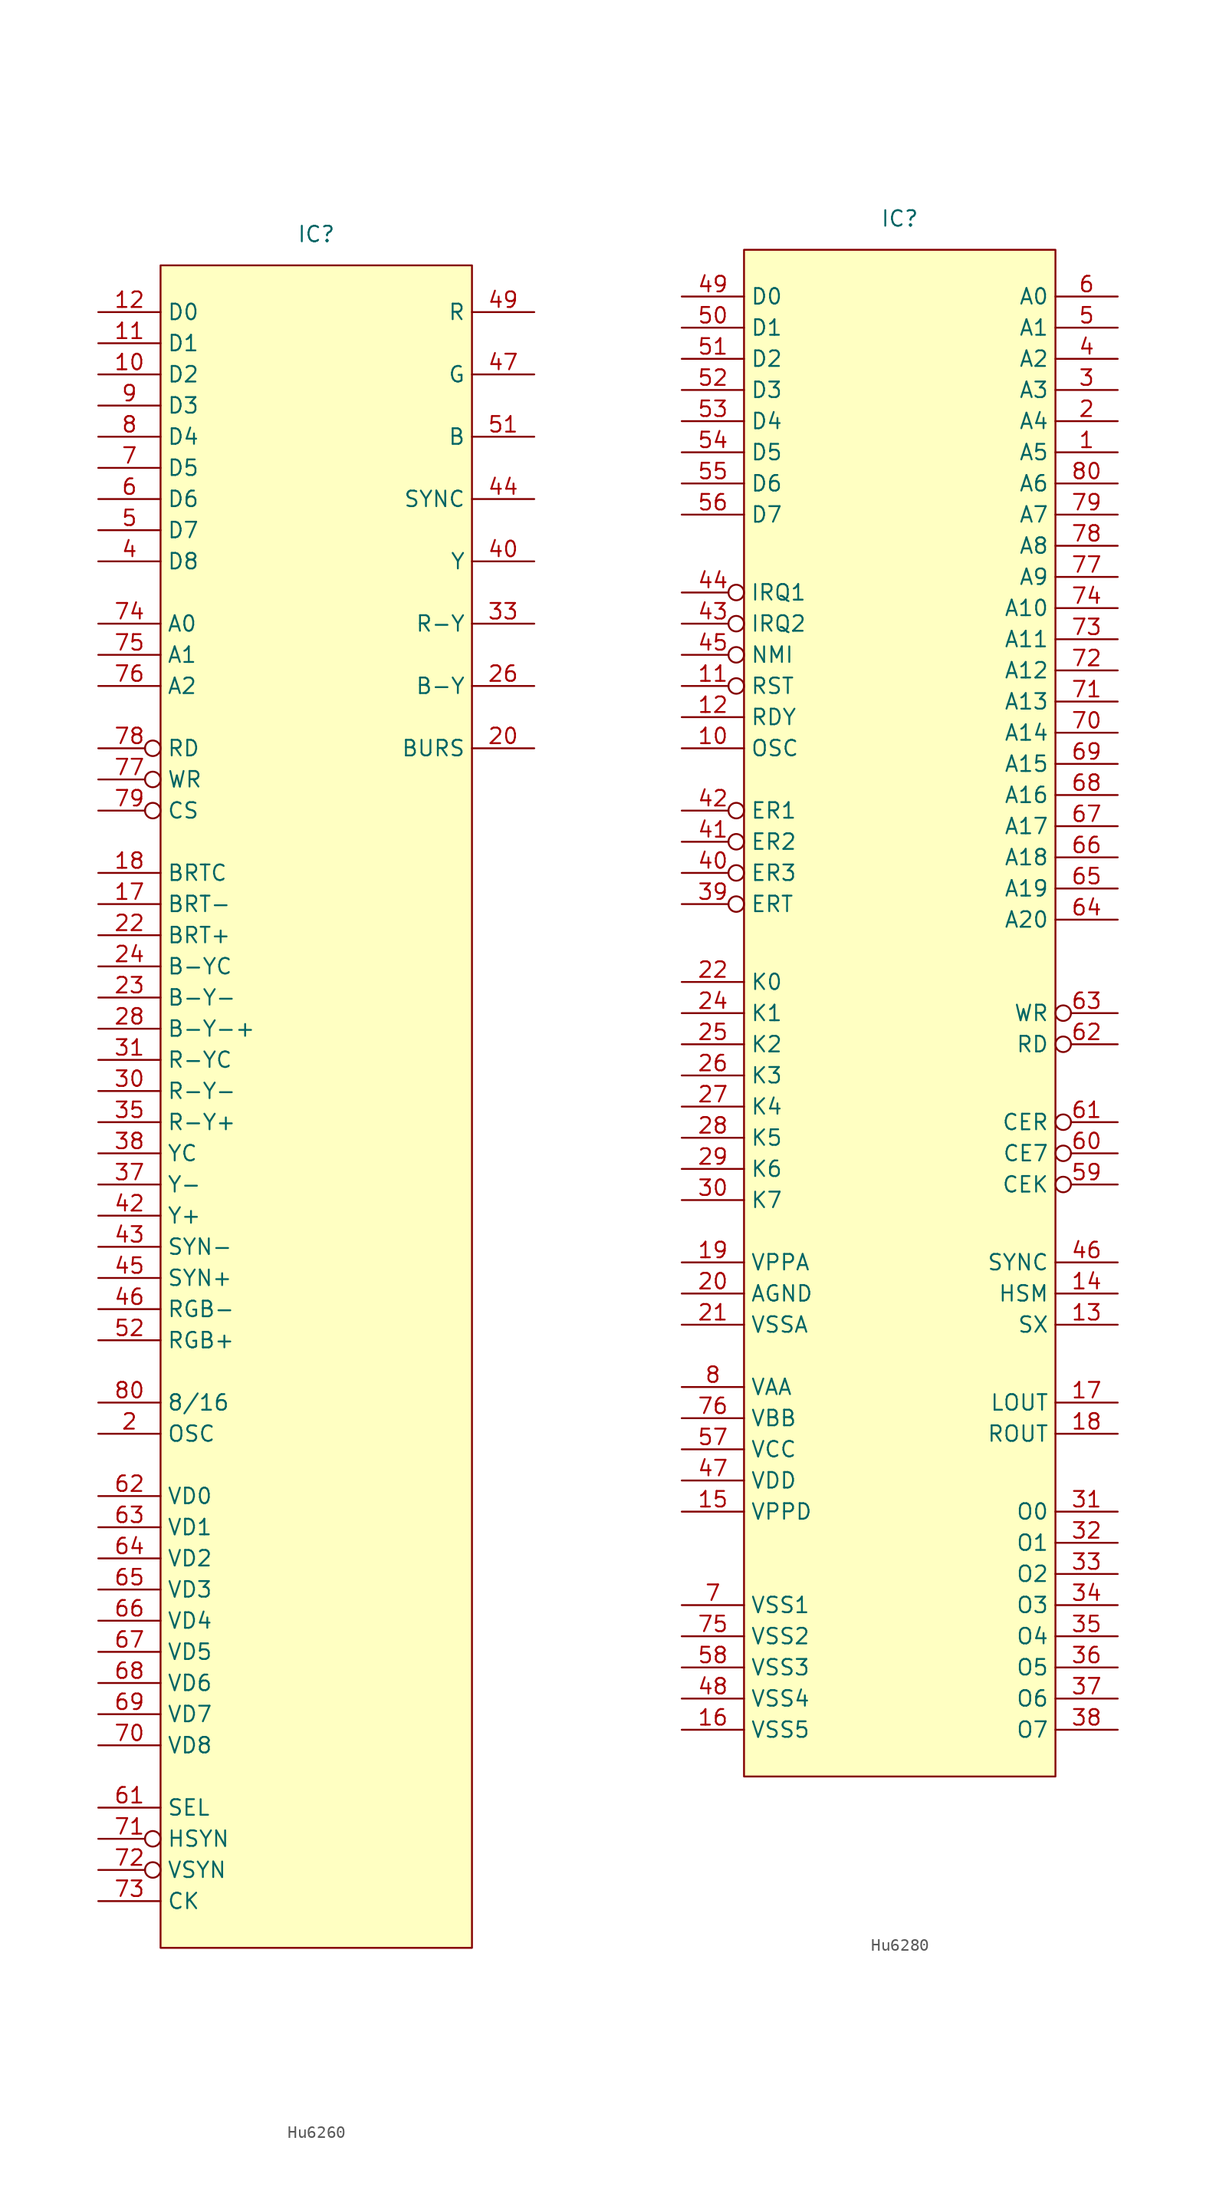
<source format=kicad_sym>
(kicad_symbol_lib
  (version 20220914)
  (generator kicad_symbol_editor)
  (symbol "Hu6260"
    (property "Reference" "IC"
      (at 0 62.23 0)
      (effects (font (size 1.27 1.27))))
    (property "Value" ""
      (at 0 7.62 0)
      (effects (font (size 1.27 1.27))))
    (symbol "Hu6260_1_1"
      (rectangle (start -12.7 59.69) (end 12.7 -77.47) (stroke (width 0) (type default)) (fill (type background)))
      (pin bidirectional line (at -17.78 50.8 0) (length 5.08) (name "D2" (effects (font (size 1.27 1.27)))) (number "10" (effects (font (size 1.27 1.27)))))
      (pin bidirectional line (at -17.78 53.34 0) (length 5.08) (name "D1" (effects (font (size 1.27 1.27)))) (number "11" (effects (font (size 1.27 1.27)))))
      (pin bidirectional line (at -17.78 55.88 0) (length 5.08) (name "D0" (effects (font (size 1.27 1.27)))) (number "12" (effects (font (size 1.27 1.27)))))
      (pin input line (at -17.78 7.62 0) (length 5.08) (name "BRT-" (effects (font (size 1.27 1.27)))) (number "17" (effects (font (size 1.27 1.27)))))
      (pin input line (at -17.78 10.16 0) (length 5.08) (name "BRTC" (effects (font (size 1.27 1.27)))) (number "18" (effects (font (size 1.27 1.27)))))
      (pin input line (at -17.78 -35.56 0) (length 5.08) (name "OSC" (effects (font (size 1.27 1.27)))) (number "2" (effects (font (size 1.27 1.27)))))
      (pin output line (at 17.78 20.32 180) (length 5.08) (name "BURS" (effects (font (size 1.27 1.27)))) (number "20" (effects (font (size 1.27 1.27)))))
      (pin input line (at -17.78 5.08 0) (length 5.08) (name "BRT+" (effects (font (size 1.27 1.27)))) (number "22" (effects (font (size 1.27 1.27)))))
      (pin input line (at -17.78 0 0) (length 5.08) (name "B-Y-" (effects (font (size 1.27 1.27)))) (number "23" (effects (font (size 1.27 1.27)))))
      (pin input line (at -17.78 2.54 0) (length 5.08) (name "B-YC" (effects (font (size 1.27 1.27)))) (number "24" (effects (font (size 1.27 1.27)))))
      (pin output line (at 17.78 25.4 180) (length 5.08) (name "B-Y" (effects (font (size 1.27 1.27)))) (number "26" (effects (font (size 1.27 1.27)))))
      (pin input line (at -17.78 -2.54 0) (length 5.08) (name "B-Y-+" (effects (font (size 1.27 1.27)))) (number "28" (effects (font (size 1.27 1.27)))))
      (pin input line (at -17.78 -7.62 0) (length 5.08) (name "R-Y-" (effects (font (size 1.27 1.27)))) (number "30" (effects (font (size 1.27 1.27)))))
      (pin input line (at -17.78 -5.08 0) (length 5.08) (name "R-YC" (effects (font (size 1.27 1.27)))) (number "31" (effects (font (size 1.27 1.27)))))
      (pin output line (at 17.78 30.48 180) (length 5.08) (name "R-Y" (effects (font (size 1.27 1.27)))) (number "33" (effects (font (size 1.27 1.27)))))
      (pin input line (at -17.78 -10.16 0) (length 5.08) (name "R-Y+" (effects (font (size 1.27 1.27)))) (number "35" (effects (font (size 1.27 1.27)))))
      (pin input line (at -17.78 -15.24 0) (length 5.08) (name "Y-" (effects (font (size 1.27 1.27)))) (number "37" (effects (font (size 1.27 1.27)))))
      (pin input line (at -17.78 -12.7 0) (length 5.08) (name "YC" (effects (font (size 1.27 1.27)))) (number "38" (effects (font (size 1.27 1.27)))))
      (pin bidirectional line (at -17.78 35.56 0) (length 5.08) (name "D8" (effects (font (size 1.27 1.27)))) (number "4" (effects (font (size 1.27 1.27)))))
      (pin output line (at 17.78 35.56 180) (length 5.08) (name "Y" (effects (font (size 1.27 1.27)))) (number "40" (effects (font (size 1.27 1.27)))))
      (pin input line (at -17.78 -17.78 0) (length 5.08) (name "Y+" (effects (font (size 1.27 1.27)))) (number "42" (effects (font (size 1.27 1.27)))))
      (pin input line (at -17.78 -20.32 0) (length 5.08) (name "SYN-" (effects (font (size 1.27 1.27)))) (number "43" (effects (font (size 1.27 1.27)))))
      (pin output line (at 17.78 40.64 180) (length 5.08) (name "SYNC" (effects (font (size 1.27 1.27)))) (number "44" (effects (font (size 1.27 1.27)))))
      (pin input line (at -17.78 -22.86 0) (length 5.08) (name "SYN+" (effects (font (size 1.27 1.27)))) (number "45" (effects (font (size 1.27 1.27)))))
      (pin input line (at -17.78 -25.4 0) (length 5.08) (name "RGB-" (effects (font (size 1.27 1.27)))) (number "46" (effects (font (size 1.27 1.27)))))
      (pin output line (at 17.78 50.8 180) (length 5.08) (name "G" (effects (font (size 1.27 1.27)))) (number "47" (effects (font (size 1.27 1.27)))))
      (pin output line (at 17.78 55.88 180) (length 5.08) (name "R" (effects (font (size 1.27 1.27)))) (number "49" (effects (font (size 1.27 1.27)))))
      (pin bidirectional line (at -17.78 38.1 0) (length 5.08) (name "D7" (effects (font (size 1.27 1.27)))) (number "5" (effects (font (size 1.27 1.27)))))
      (pin output line (at 17.78 45.72 180) (length 5.08) (name "B" (effects (font (size 1.27 1.27)))) (number "51" (effects (font (size 1.27 1.27)))))
      (pin input line (at -17.78 -27.94 0) (length 5.08) (name "RGB+" (effects (font (size 1.27 1.27)))) (number "52" (effects (font (size 1.27 1.27)))))
      (pin bidirectional line (at -17.78 40.64 0) (length 5.08) (name "D6" (effects (font (size 1.27 1.27)))) (number "6" (effects (font (size 1.27 1.27)))))
      (pin input line (at -17.78 -66.04 0) (length 5.08) (name "SEL" (effects (font (size 1.27 1.27)))) (number "61" (effects (font (size 1.27 1.27)))))
      (pin bidirectional line (at -17.78 -40.64 0) (length 5.08) (name "VD0" (effects (font (size 1.27 1.27)))) (number "62" (effects (font (size 1.27 1.27)))))
      (pin bidirectional line (at -17.78 -43.18 0) (length 5.08) (name "VD1" (effects (font (size 1.27 1.27)))) (number "63" (effects (font (size 1.27 1.27)))))
      (pin bidirectional line (at -17.78 -45.72 0) (length 5.08) (name "VD2" (effects (font (size 1.27 1.27)))) (number "64" (effects (font (size 1.27 1.27)))))
      (pin bidirectional line (at -17.78 -48.26 0) (length 5.08) (name "VD3" (effects (font (size 1.27 1.27)))) (number "65" (effects (font (size 1.27 1.27)))))
      (pin bidirectional line (at -17.78 -50.8 0) (length 5.08) (name "VD4" (effects (font (size 1.27 1.27)))) (number "66" (effects (font (size 1.27 1.27)))))
      (pin bidirectional line (at -17.78 -53.34 0) (length 5.08) (name "VD5" (effects (font (size 1.27 1.27)))) (number "67" (effects (font (size 1.27 1.27)))))
      (pin bidirectional line (at -17.78 -55.88 0) (length 5.08) (name "VD6" (effects (font (size 1.27 1.27)))) (number "68" (effects (font (size 1.27 1.27)))))
      (pin bidirectional line (at -17.78 -58.42 0) (length 5.08) (name "VD7" (effects (font (size 1.27 1.27)))) (number "69" (effects (font (size 1.27 1.27)))))
      (pin bidirectional line (at -17.78 43.18 0) (length 5.08) (name "D5" (effects (font (size 1.27 1.27)))) (number "7" (effects (font (size 1.27 1.27)))))
      (pin bidirectional line (at -17.78 -60.96 0) (length 5.08) (name "VD8" (effects (font (size 1.27 1.27)))) (number "70" (effects (font (size 1.27 1.27)))))
      (pin input inverted (at -17.78 -68.58 0) (length 5.08) (name "HSYN" (effects (font (size 1.27 1.27)))) (number "71" (effects (font (size 1.27 1.27)))))
      (pin input inverted (at -17.78 -71.12 0) (length 5.08) (name "VSYN" (effects (font (size 1.27 1.27)))) (number "72" (effects (font (size 1.27 1.27)))))
      (pin input line (at -17.78 -73.66 0) (length 5.08) (name "CK" (effects (font (size 1.27 1.27)))) (number "73" (effects (font (size 1.27 1.27)))))
      (pin input line (at -17.78 30.48 0) (length 5.08) (name "A0" (effects (font (size 1.27 1.27)))) (number "74" (effects (font (size 1.27 1.27)))))
      (pin input line (at -17.78 27.94 0) (length 5.08) (name "A1" (effects (font (size 1.27 1.27)))) (number "75" (effects (font (size 1.27 1.27)))))
      (pin input line (at -17.78 25.4 0) (length 5.08) (name "A2" (effects (font (size 1.27 1.27)))) (number "76" (effects (font (size 1.27 1.27)))))
      (pin input inverted (at -17.78 17.78 0) (length 5.08) (name "WR" (effects (font (size 1.27 1.27)))) (number "77" (effects (font (size 1.27 1.27)))))
      (pin input inverted (at -17.78 20.32 0) (length 5.08) (name "RD" (effects (font (size 1.27 1.27)))) (number "78" (effects (font (size 1.27 1.27)))))
      (pin input inverted (at -17.78 15.24 0) (length 5.08) (name "CS" (effects (font (size 1.27 1.27)))) (number "79" (effects (font (size 1.27 1.27)))))
      (pin bidirectional line (at -17.78 45.72 0) (length 5.08) (name "D4" (effects (font (size 1.27 1.27)))) (number "8" (effects (font (size 1.27 1.27)))))
      (pin input line (at -17.78 -33.02 0) (length 5.08) (name "8/16" (effects (font (size 1.27 1.27)))) (number "80" (effects (font (size 1.27 1.27)))))
      (pin bidirectional line (at -17.78 48.26 0) (length 5.08) (name "D3" (effects (font (size 1.27 1.27)))) (number "9" (effects (font (size 1.27 1.27)))))))
  (symbol "Hu6280"
    (property "Reference" "IC"
      (at 0 62.23 0)
      (effects (font (size 1.27 1.27))))
    (property "Value" ""
      (at 0 7.62 0)
      (effects (font (size 1.27 1.27))))
    (symbol "Hu6280_1_1"
      (rectangle (start -12.7 59.69) (end 12.7 -64.77) (stroke (width 0) (type default)) (fill (type background)))
      (pin output line (at 17.78 43.18 180) (length 5.08) (name "A5" (effects (font (size 1.27 1.27)))) (number "1" (effects (font (size 1.27 1.27)))))
      (pin input line (at -17.78 19.05 0) (length 5.08) (name "OSC" (effects (font (size 1.27 1.27)))) (number "10" (effects (font (size 1.27 1.27)))))
      (pin input inverted (at -17.78 24.13 0) (length 5.08) (name "RST" (effects (font (size 1.27 1.27)))) (number "11" (effects (font (size 1.27 1.27)))))
      (pin input line (at -17.78 21.59 0) (length 5.08) (name "RDY" (effects (font (size 1.27 1.27)))) (number "12" (effects (font (size 1.27 1.27)))))
      (pin input line (at 17.78 -27.94 180) (length 5.08) (name "SX" (effects (font (size 1.27 1.27)))) (number "13" (effects (font (size 1.27 1.27)))))
      (pin input line (at 17.78 -25.4 180) (length 5.08) (name "HSM" (effects (font (size 1.27 1.27)))) (number "14" (effects (font (size 1.27 1.27)))))
      (pin input line (at -17.78 -43.18 0) (length 5.08) (name "VPPD" (effects (font (size 1.27 1.27)))) (number "15" (effects (font (size 1.27 1.27)))))
      (pin input line (at -17.78 -60.96 0) (length 5.08) (name "VSS5" (effects (font (size 1.27 1.27)))) (number "16" (effects (font (size 1.27 1.27)))))
      (pin input line (at 17.78 -34.29 180) (length 5.08) (name "LOUT" (effects (font (size 1.27 1.27)))) (number "17" (effects (font (size 1.27 1.27)))))
      (pin input line (at 17.78 -36.83 180) (length 5.08) (name "ROUT" (effects (font (size 1.27 1.27)))) (number "18" (effects (font (size 1.27 1.27)))))
      (pin input line (at -17.78 -22.86 0) (length 5.08) (name "VPPA" (effects (font (size 1.27 1.27)))) (number "19" (effects (font (size 1.27 1.27)))))
      (pin output line (at 17.78 45.72 180) (length 5.08) (name "A4" (effects (font (size 1.27 1.27)))) (number "2" (effects (font (size 1.27 1.27)))))
      (pin input line (at -17.78 -25.4 0) (length 5.08) (name "AGND" (effects (font (size 1.27 1.27)))) (number "20" (effects (font (size 1.27 1.27)))))
      (pin input line (at -17.78 -27.94 0) (length 5.08) (name "VSSA" (effects (font (size 1.27 1.27)))) (number "21" (effects (font (size 1.27 1.27)))))
      (pin input line (at -17.78 0 0) (length 5.08) (name "K0" (effects (font (size 1.27 1.27)))) (number "22" (effects (font (size 1.27 1.27)))))
      (pin input line (at -17.78 -2.54 0) (length 5.08) (name "K1" (effects (font (size 1.27 1.27)))) (number "24" (effects (font (size 1.27 1.27)))))
      (pin input line (at -17.78 -5.08 0) (length 5.08) (name "K2" (effects (font (size 1.27 1.27)))) (number "25" (effects (font (size 1.27 1.27)))))
      (pin input line (at -17.78 -7.62 0) (length 5.08) (name "K3" (effects (font (size 1.27 1.27)))) (number "26" (effects (font (size 1.27 1.27)))))
      (pin input line (at -17.78 -10.16 0) (length 5.08) (name "K4" (effects (font (size 1.27 1.27)))) (number "27" (effects (font (size 1.27 1.27)))))
      (pin input line (at -17.78 -12.7 0) (length 5.08) (name "K5" (effects (font (size 1.27 1.27)))) (number "28" (effects (font (size 1.27 1.27)))))
      (pin input line (at -17.78 -15.24 0) (length 5.08) (name "K6" (effects (font (size 1.27 1.27)))) (number "29" (effects (font (size 1.27 1.27)))))
      (pin output line (at 17.78 48.26 180) (length 5.08) (name "A3" (effects (font (size 1.27 1.27)))) (number "3" (effects (font (size 1.27 1.27)))))
      (pin input line (at -17.78 -17.78 0) (length 5.08) (name "K7" (effects (font (size 1.27 1.27)))) (number "30" (effects (font (size 1.27 1.27)))))
      (pin input line (at 17.78 -43.18 180) (length 5.08) (name "O0" (effects (font (size 1.27 1.27)))) (number "31" (effects (font (size 1.27 1.27)))))
      (pin input line (at 17.78 -45.72 180) (length 5.08) (name "O1" (effects (font (size 1.27 1.27)))) (number "32" (effects (font (size 1.27 1.27)))))
      (pin input line (at 17.78 -48.26 180) (length 5.08) (name "O2" (effects (font (size 1.27 1.27)))) (number "33" (effects (font (size 1.27 1.27)))))
      (pin input line (at 17.78 -50.8 180) (length 5.08) (name "O3" (effects (font (size 1.27 1.27)))) (number "34" (effects (font (size 1.27 1.27)))))
      (pin input line (at 17.78 -53.34 180) (length 5.08) (name "O4" (effects (font (size 1.27 1.27)))) (number "35" (effects (font (size 1.27 1.27)))))
      (pin input line (at 17.78 -55.88 180) (length 5.08) (name "O5" (effects (font (size 1.27 1.27)))) (number "36" (effects (font (size 1.27 1.27)))))
      (pin input line (at 17.78 -58.42 180) (length 5.08) (name "O6" (effects (font (size 1.27 1.27)))) (number "37" (effects (font (size 1.27 1.27)))))
      (pin input line (at 17.78 -60.96 180) (length 5.08) (name "O7" (effects (font (size 1.27 1.27)))) (number "38" (effects (font (size 1.27 1.27)))))
      (pin input inverted (at -17.78 6.35 0) (length 5.08) (name "ERT" (effects (font (size 1.27 1.27)))) (number "39" (effects (font (size 1.27 1.27)))))
      (pin output line (at 17.78 50.8 180) (length 5.08) (name "A2" (effects (font (size 1.27 1.27)))) (number "4" (effects (font (size 1.27 1.27)))))
      (pin input inverted (at -17.78 8.89 0) (length 5.08) (name "ER3" (effects (font (size 1.27 1.27)))) (number "40" (effects (font (size 1.27 1.27)))))
      (pin input inverted (at -17.78 11.43 0) (length 5.08) (name "ER2" (effects (font (size 1.27 1.27)))) (number "41" (effects (font (size 1.27 1.27)))))
      (pin input inverted (at -17.78 13.97 0) (length 5.08) (name "ER1" (effects (font (size 1.27 1.27)))) (number "42" (effects (font (size 1.27 1.27)))))
      (pin input inverted (at -17.78 29.21 0) (length 5.08) (name "IRQ2" (effects (font (size 1.27 1.27)))) (number "43" (effects (font (size 1.27 1.27)))))
      (pin input inverted (at -17.78 31.75 0) (length 5.08) (name "IRQ1" (effects (font (size 1.27 1.27)))) (number "44" (effects (font (size 1.27 1.27)))))
      (pin input inverted (at -17.78 26.67 0) (length 5.08) (name "NMI" (effects (font (size 1.27 1.27)))) (number "45" (effects (font (size 1.27 1.27)))))
      (pin input line (at 17.78 -22.86 180) (length 5.08) (name "SYNC" (effects (font (size 1.27 1.27)))) (number "46" (effects (font (size 1.27 1.27)))))
      (pin input line (at -17.78 -40.64 0) (length 5.08) (name "VDD" (effects (font (size 1.27 1.27)))) (number "47" (effects (font (size 1.27 1.27)))))
      (pin input line (at -17.78 -58.42 0) (length 5.08) (name "VSS4" (effects (font (size 1.27 1.27)))) (number "48" (effects (font (size 1.27 1.27)))))
      (pin bidirectional line (at -17.78 55.88 0) (length 5.08) (name "D0" (effects (font (size 1.27 1.27)))) (number "49" (effects (font (size 1.27 1.27)))))
      (pin output line (at 17.78 53.34 180) (length 5.08) (name "A1" (effects (font (size 1.27 1.27)))) (number "5" (effects (font (size 1.27 1.27)))))
      (pin bidirectional line (at -17.78 53.34 0) (length 5.08) (name "D1" (effects (font (size 1.27 1.27)))) (number "50" (effects (font (size 1.27 1.27)))))
      (pin bidirectional line (at -17.78 50.8 0) (length 5.08) (name "D2" (effects (font (size 1.27 1.27)))) (number "51" (effects (font (size 1.27 1.27)))))
      (pin bidirectional line (at -17.78 48.26 0) (length 5.08) (name "D3" (effects (font (size 1.27 1.27)))) (number "52" (effects (font (size 1.27 1.27)))))
      (pin bidirectional line (at -17.78 45.72 0) (length 5.08) (name "D4" (effects (font (size 1.27 1.27)))) (number "53" (effects (font (size 1.27 1.27)))))
      (pin bidirectional line (at -17.78 43.18 0) (length 5.08) (name "D5" (effects (font (size 1.27 1.27)))) (number "54" (effects (font (size 1.27 1.27)))))
      (pin bidirectional line (at -17.78 40.64 0) (length 5.08) (name "D6" (effects (font (size 1.27 1.27)))) (number "55" (effects (font (size 1.27 1.27)))))
      (pin bidirectional line (at -17.78 38.1 0) (length 5.08) (name "D7" (effects (font (size 1.27 1.27)))) (number "56" (effects (font (size 1.27 1.27)))))
      (pin input line (at -17.78 -38.1 0) (length 5.08) (name "VCC" (effects (font (size 1.27 1.27)))) (number "57" (effects (font (size 1.27 1.27)))))
      (pin input line (at -17.78 -55.88 0) (length 5.08) (name "VSS3" (effects (font (size 1.27 1.27)))) (number "58" (effects (font (size 1.27 1.27)))))
      (pin input inverted (at 17.78 -16.51 180) (length 5.08) (name "CEK" (effects (font (size 1.27 1.27)))) (number "59" (effects (font (size 1.27 1.27)))))
      (pin output line (at 17.78 55.88 180) (length 5.08) (name "A0" (effects (font (size 1.27 1.27)))) (number "6" (effects (font (size 1.27 1.27)))))
      (pin input inverted (at 17.78 -13.97 180) (length 5.08) (name "CE7" (effects (font (size 1.27 1.27)))) (number "60" (effects (font (size 1.27 1.27)))))
      (pin input inverted (at 17.78 -11.43 180) (length 5.08) (name "CER" (effects (font (size 1.27 1.27)))) (number "61" (effects (font (size 1.27 1.27)))))
      (pin output inverted (at 17.78 -5.08 180) (length 5.08) (name "RD" (effects (font (size 1.27 1.27)))) (number "62" (effects (font (size 1.27 1.27)))))
      (pin output inverted (at 17.78 -2.54 180) (length 5.08) (name "WR" (effects (font (size 1.27 1.27)))) (number "63" (effects (font (size 1.27 1.27)))))
      (pin output line (at 17.78 5.08 180) (length 5.08) (name "A20" (effects (font (size 1.27 1.27)))) (number "64" (effects (font (size 1.27 1.27)))))
      (pin output line (at 17.78 7.62 180) (length 5.08) (name "A19" (effects (font (size 1.27 1.27)))) (number "65" (effects (font (size 1.27 1.27)))))
      (pin output line (at 17.78 10.16 180) (length 5.08) (name "A18" (effects (font (size 1.27 1.27)))) (number "66" (effects (font (size 1.27 1.27)))))
      (pin output line (at 17.78 12.7 180) (length 5.08) (name "A17" (effects (font (size 1.27 1.27)))) (number "67" (effects (font (size 1.27 1.27)))))
      (pin output line (at 17.78 15.24 180) (length 5.08) (name "A16" (effects (font (size 1.27 1.27)))) (number "68" (effects (font (size 1.27 1.27)))))
      (pin output line (at 17.78 17.78 180) (length 5.08) (name "A15" (effects (font (size 1.27 1.27)))) (number "69" (effects (font (size 1.27 1.27)))))
      (pin input line (at -17.78 -50.8 0) (length 5.08) (name "VSS1" (effects (font (size 1.27 1.27)))) (number "7" (effects (font (size 1.27 1.27)))))
      (pin output line (at 17.78 20.32 180) (length 5.08) (name "A14" (effects (font (size 1.27 1.27)))) (number "70" (effects (font (size 1.27 1.27)))))
      (pin output line (at 17.78 22.86 180) (length 5.08) (name "A13" (effects (font (size 1.27 1.27)))) (number "71" (effects (font (size 1.27 1.27)))))
      (pin output line (at 17.78 25.4 180) (length 5.08) (name "A12" (effects (font (size 1.27 1.27)))) (number "72" (effects (font (size 1.27 1.27)))))
      (pin output line (at 17.78 27.94 180) (length 5.08) (name "A11" (effects (font (size 1.27 1.27)))) (number "73" (effects (font (size 1.27 1.27)))))
      (pin output line (at 17.78 30.48 180) (length 5.08) (name "A10" (effects (font (size 1.27 1.27)))) (number "74" (effects (font (size 1.27 1.27)))))
      (pin input line (at -17.78 -53.34 0) (length 5.08) (name "VSS2" (effects (font (size 1.27 1.27)))) (number "75" (effects (font (size 1.27 1.27)))))
      (pin input line (at -17.78 -35.56 0) (length 5.08) (name "VBB" (effects (font (size 1.27 1.27)))) (number "76" (effects (font (size 1.27 1.27)))))
      (pin output line (at 17.78 33.02 180) (length 5.08) (name "A9" (effects (font (size 1.27 1.27)))) (number "77" (effects (font (size 1.27 1.27)))))
      (pin output line (at 17.78 35.56 180) (length 5.08) (name "A8" (effects (font (size 1.27 1.27)))) (number "78" (effects (font (size 1.27 1.27)))))
      (pin output line (at 17.78 38.1 180) (length 5.08) (name "A7" (effects (font (size 1.27 1.27)))) (number "79" (effects (font (size 1.27 1.27)))))
      (pin input line (at -17.78 -33.02 0) (length 5.08) (name "VAA" (effects (font (size 1.27 1.27)))) (number "8" (effects (font (size 1.27 1.27)))))
      (pin output line (at 17.78 40.64 180) (length 5.08) (name "A6" (effects (font (size 1.27 1.27)))) (number "80" (effects (font (size 1.27 1.27))))))))
</source>
